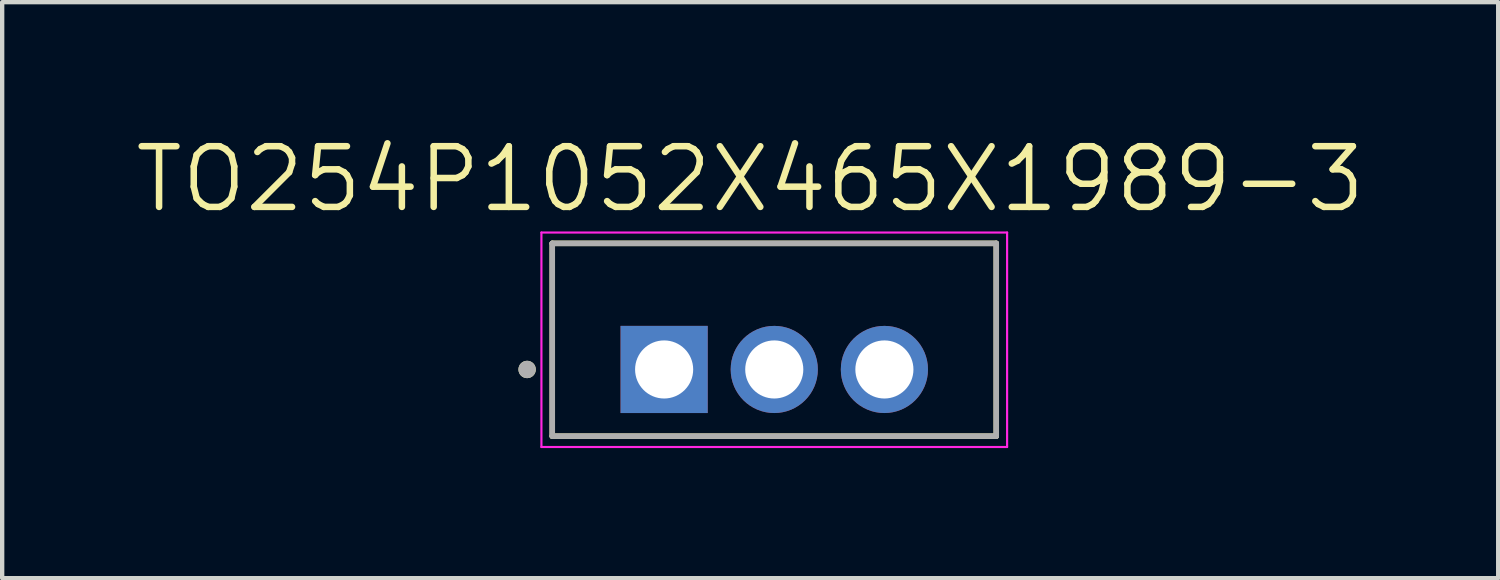
<source format=kicad_pcb>
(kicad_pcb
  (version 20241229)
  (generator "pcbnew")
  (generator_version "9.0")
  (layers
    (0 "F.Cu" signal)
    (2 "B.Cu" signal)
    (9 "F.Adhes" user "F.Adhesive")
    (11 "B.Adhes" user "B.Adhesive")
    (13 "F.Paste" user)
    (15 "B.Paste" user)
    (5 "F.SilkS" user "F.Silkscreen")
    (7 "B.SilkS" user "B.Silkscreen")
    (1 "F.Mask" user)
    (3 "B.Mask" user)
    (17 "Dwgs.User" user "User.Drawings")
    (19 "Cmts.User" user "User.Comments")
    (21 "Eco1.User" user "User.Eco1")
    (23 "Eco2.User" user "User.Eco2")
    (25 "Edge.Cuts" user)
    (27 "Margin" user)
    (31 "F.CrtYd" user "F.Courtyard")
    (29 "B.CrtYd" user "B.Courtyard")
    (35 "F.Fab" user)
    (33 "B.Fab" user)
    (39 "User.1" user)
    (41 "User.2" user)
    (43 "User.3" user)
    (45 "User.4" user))
  (footprint "TO254P1052X465X1989-3"
    (layer "F.Cu")
    (at 14.807 5.471)
    (property "Reference" "TO254P1052X465X1989-3" (at -0.555 -4.389 0) (layer "F.SilkS") (effects (font (size 1.4 1.4) (thickness 0.15))))
    (attr through_hole)
    (fp_line (start -5.12 -2.908) (end 5.12 -2.908) (stroke (width 0.127) (type solid)) (layer "F.SilkS"))
    (fp_line (start -5.12 1.538) (end -5.12 -2.908) (stroke (width 0.127) (type solid)) (layer "F.SilkS"))
    (fp_line (start 5.12 -2.908) (end 5.12 1.538) (stroke (width 0.127) (type solid)) (layer "F.SilkS"))
    (fp_line (start 5.12 1.538) (end -5.12 1.538) (stroke (width 0.127) (type solid)) (layer "F.SilkS"))
    (fp_circle (center -5.7 0) (end -5.6 0) (stroke (width 0.2) (type solid)) (fill no) (layer "F.SilkS"))
    (fp_line (start -5.37 -3.158) (end 5.37 -3.158) (stroke (width 0.05) (type solid)) (layer "F.CrtYd"))
    (fp_line (start -5.37 1.788) (end -5.37 -3.158) (stroke (width 0.05) (type solid)) (layer "F.CrtYd"))
    (fp_line (start 5.37 -3.158) (end 5.37 1.788) (stroke (width 0.05) (type solid)) (layer "F.CrtYd"))
    (fp_line (start 5.37 1.788) (end -5.37 1.788) (stroke (width 0.05) (type solid)) (layer "F.CrtYd"))
    (fp_line (start -5.12 -2.908) (end 5.12 -2.908) (stroke (width 0.127) (type solid)) (layer "F.Fab"))
    (fp_line (start -5.12 1.538) (end -5.12 -2.908) (stroke (width 0.127) (type solid)) (layer "F.Fab"))
    (fp_line (start 5.12 -2.908) (end 5.12 1.538) (stroke (width 0.127) (type solid)) (layer "F.Fab"))
    (fp_line (start 5.12 1.538) (end -5.12 1.538) (stroke (width 0.127) (type solid)) (layer "F.Fab"))
    (fp_circle (center -5.7 0) (end -5.6 0) (stroke (width 0.2) (type solid)) (fill no) (layer "F.Fab"))
    (pad "1" thru_hole rect (at -2.54 0) (size 2.01 2.01) (drill 1.34) (layers "*.Cu" "*.Mask"))
    (pad "2" thru_hole circle (at 0 0) (size 2.01 2.01) (drill 1.34) (layers "*.Cu" "*.Mask"))
    (pad "3" thru_hole circle (at 2.54 0) (size 2.01 2.01) (drill 1.34) (layers "*.Cu" "*.Mask")))
  (gr_rect
    (start -3 -3)
    (end 31.503 10.284)
    (stroke (width 0.1) (type default))
    (fill no)
    (layer "Edge.Cuts")))
</source>
